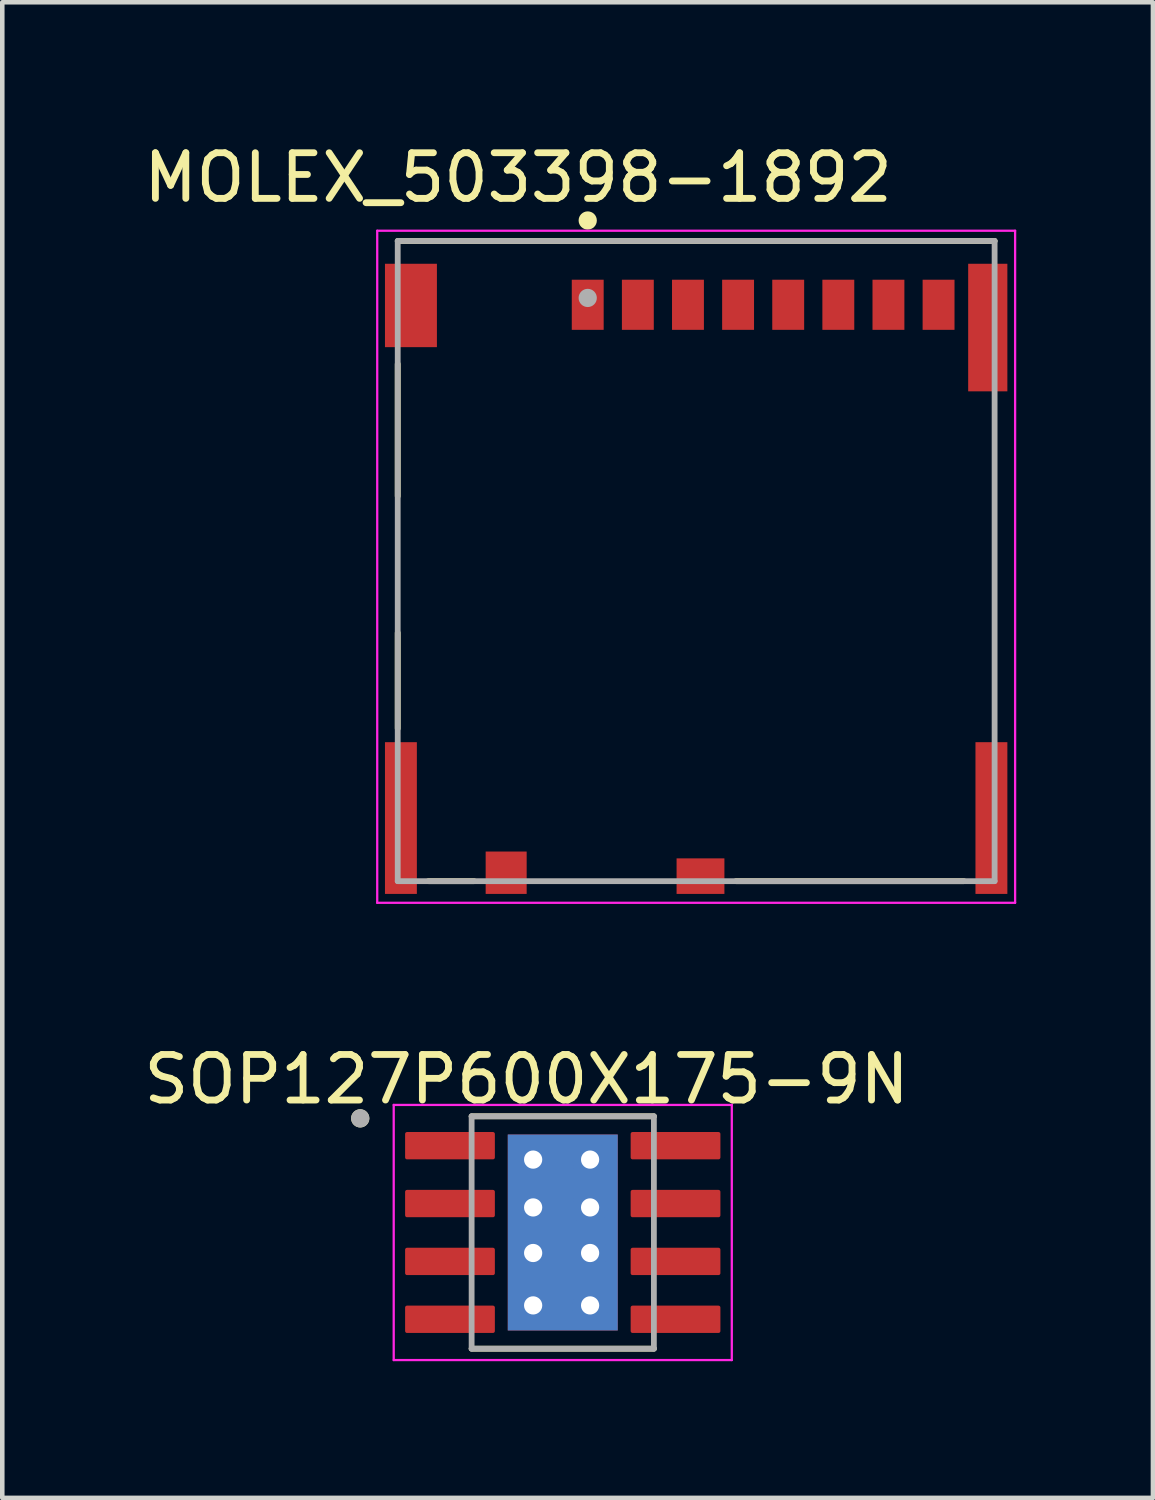
<source format=kicad_pcb>
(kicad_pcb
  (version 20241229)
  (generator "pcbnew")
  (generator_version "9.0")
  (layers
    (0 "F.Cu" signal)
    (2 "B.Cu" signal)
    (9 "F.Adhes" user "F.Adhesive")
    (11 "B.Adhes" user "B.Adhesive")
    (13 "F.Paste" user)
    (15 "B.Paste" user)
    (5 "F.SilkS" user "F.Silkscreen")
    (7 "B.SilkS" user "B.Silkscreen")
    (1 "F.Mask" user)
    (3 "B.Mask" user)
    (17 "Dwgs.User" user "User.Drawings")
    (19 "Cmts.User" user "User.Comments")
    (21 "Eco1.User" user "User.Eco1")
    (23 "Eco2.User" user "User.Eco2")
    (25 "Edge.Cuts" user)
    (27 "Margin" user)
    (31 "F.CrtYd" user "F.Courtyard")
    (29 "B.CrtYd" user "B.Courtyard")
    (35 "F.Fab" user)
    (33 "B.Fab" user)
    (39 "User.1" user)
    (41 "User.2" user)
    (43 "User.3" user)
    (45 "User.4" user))
  (footprint "MOLEX_503398-1892"
    (layer "F.Cu")
    (at 12.229 9.264)
    (property "Reference" "MOLEX_503398-1892" (at -3.908 -8.416 0) (layer "F.SilkS") (effects (font (size 1.001 1.001) (thickness 0.15))))
    (attr smd)
    (fp_line (start -6.55 -7.025) (end 6.55 -7.025) (stroke (width 0.127) (type solid)) (layer "F.SilkS"))
    (fp_line (start -6.55 -4.325) (end -6.55 -1.425) (stroke (width 0.127) (type solid)) (layer "F.SilkS"))
    (fp_line (start -6.55 1.575) (end -6.55 3.675) (stroke (width 0.127) (type solid)) (layer "F.SilkS"))
    (fp_line (start -5.876 7.025) (end -4.874 7.025) (stroke (width 0.127) (type solid)) (layer "F.SilkS"))
    (fp_line (start 0.874 7.025) (end 5.876 7.025) (stroke (width 0.127) (type solid)) (layer "F.SilkS"))
    (fp_circle (center -2.38 -7.475) (end -2.28 -7.475) (stroke (width 0.2) (type solid)) (fill no) (layer "F.SilkS"))
    (fp_line (start -7 -7.25) (end 7 -7.25) (stroke (width 0.05) (type solid)) (layer "F.CrtYd"))
    (fp_line (start -7 7.5) (end -7 -7.25) (stroke (width 0.05) (type solid)) (layer "F.CrtYd"))
    (fp_line (start 7 -7.25) (end 7 7.5) (stroke (width 0.05) (type solid)) (layer "F.CrtYd"))
    (fp_line (start 7 7.5) (end -7 7.5) (stroke (width 0.05) (type solid)) (layer "F.CrtYd"))
    (fp_line (start -6.55 -7.025) (end 6.55 -7.025) (stroke (width 0.127) (type solid)) (layer "F.Fab"))
    (fp_line (start -6.55 7.025) (end -6.55 -7.025) (stroke (width 0.127) (type solid)) (layer "F.Fab"))
    (fp_line (start 6.55 -7.025) (end 6.55 7.025) (stroke (width 0.127) (type solid)) (layer "F.Fab"))
    (fp_line (start 6.55 7.025) (end -6.55 7.025) (stroke (width 0.127) (type solid)) (layer "F.Fab"))
    (fp_circle (center -2.38 -5.775) (end -2.28 -5.775) (stroke (width 0.2) (type solid)) (fill no) (layer "F.Fab"))
    (pad "1" smd rect (at -2.38 -5.625) (size 0.7 1.1) (layers "F.Cu" "F.Mask" "F.Paste"))
    (pad "2" smd rect (at -1.28 -5.625) (size 0.7 1.1) (layers "F.Cu" "F.Mask" "F.Paste"))
    (pad "3" smd rect (at -0.18 -5.625) (size 0.7 1.1) (layers "F.Cu" "F.Mask" "F.Paste"))
    (pad "4" smd rect (at 0.92 -5.625) (size 0.7 1.1) (layers "F.Cu" "F.Mask" "F.Paste"))
    (pad "5" smd rect (at 2.02 -5.625) (size 0.7 1.1) (layers "F.Cu" "F.Mask" "F.Paste"))
    (pad "6" smd rect (at 3.12 -5.625) (size 0.7 1.1) (layers "F.Cu" "F.Mask" "F.Paste"))
    (pad "7" smd rect (at 4.22 -5.625) (size 0.7 1.1) (layers "F.Cu" "F.Mask" "F.Paste"))
    (pad "8" smd rect (at 5.32 -5.625) (size 0.7 1.1) (layers "F.Cu" "F.Mask" "F.Paste"))
    (pad "9" smd rect (at -6.48 5.64) (size 0.7 3.33) (layers "F.Cu" "F.Mask" "F.Paste"))
    (pad "9" smd rect (at -6.26 -5.61) (size 1.14 1.83) (layers "F.Cu" "F.Mask" "F.Paste"))
    (pad "9" smd rect (at -4.17 6.84) (size 0.9 0.93) (layers "F.Cu" "F.Mask" "F.Paste"))
    (pad "9" smd rect (at 6.4 -5.125) (size 0.86 2.8) (layers "F.Cu" "F.Mask" "F.Paste"))
    (pad "9" smd rect (at 6.48 5.64) (size 0.7 3.33) (layers "F.Cu" "F.Mask" "F.Paste"))
    (pad "10" smd rect (at 0.095 6.915) (size 1.05 0.78) (layers "F.Cu" "F.Mask" "F.Paste"))
    (zone (net_name "") (layer "F.Cu") (hatch full 0.508) (connect_pads) (min_thickness 0.01) (filled_areas_thickness no) (keepout (tracks not_allowed) (vias not_allowed) (pads not_allowed) (copperpour not_allowed) (footprints allowed)) (placement (enabled no)) (fill) (polygon (pts (xy 5.392 8.139) (xy 6.099 8.139) (xy 6.099 10.541) (xy 5.392 10.541))))
    (zone (net_name "") (layer "F.Cu") (hatch full 0.508) (connect_pads) (min_thickness 0.01) (filled_areas_thickness no) (keepout (tracks not_allowed) (vias not_allowed) (pads not_allowed) (copperpour not_allowed) (footprints allowed)) (placement (enabled no)) (fill) (polygon (pts (xy 6.983 13.839) (xy 7.544 13.839) (xy 7.544 16.003) (xy 6.983 16.003))))
    (zone (net_name "") (layer "F.Cu") (hatch full 0.508) (connect_pads) (min_thickness 0.01) (filled_areas_thickness no) (keepout (tracks not_allowed) (vias not_allowed) (pads not_allowed) (copperpour not_allowed) (footprints allowed)) (placement (enabled no)) (fill) (polygon (pts (xy 9.006 15.639) (xy 9.559 15.639) (xy 9.559 16.195) (xy 9.006 16.195))))
    (zone (net_name "") (layer "F.Cu") (hatch full 0.508) (connect_pads) (min_thickness 0.0001) (filled_areas_thickness no) (keepout (tracks not_allowed) (vias not_allowed) (pads not_allowed) (copperpour not_allowed) (footprints allowed)) (placement (enabled no)) (fill) (polygon (pts (xy 9.059 5.539) (xy 9.059 10.539) (xy 8.409 10.539) (xy 8.409 13.139) (xy 12.799 13.139) (xy 12.799 14.389) (xy 10.499 14.389) (xy 10.499 16.569) (xy 11.799 16.569) (xy 11.799 15.789) (xy 18.359 15.789) (xy 18.359 13.239) (xy 19.059 13.239) (xy 19.059 5.539))))
    (zone (net_name "") (layers "F.Cu" "B.Cu") (hatch full 0.508) (connect_pads) (min_thickness 0.01) (filled_areas_thickness no) (keepout (tracks allowed) (vias not_allowed) (pads allowed) (copperpour allowed) (footprints allowed)) (placement (enabled no)) (fill) (polygon (pts (xy 5.387 8.139) (xy 6.099 8.139) (xy 6.099 10.542) (xy 5.387 10.542))))
    (zone (net_name "") (layers "F.Cu" "B.Cu") (hatch full 0.508) (connect_pads) (min_thickness 0.01) (filled_areas_thickness no) (keepout (tracks allowed) (vias not_allowed) (pads allowed) (copperpour allowed) (footprints allowed)) (placement (enabled no)) (fill) (polygon (pts (xy 6.99 13.839) (xy 7.544 13.839) (xy 7.544 15.994) (xy 6.99 15.994))))
    (zone (net_name "") (layers "F.Cu" "B.Cu") (hatch full 0.508) (connect_pads) (min_thickness 0.01) (filled_areas_thickness no) (keepout (tracks allowed) (vias not_allowed) (pads allowed) (copperpour allowed) (footprints allowed)) (placement (enabled no)) (fill) (polygon (pts (xy 9.003 15.639) (xy 9.559 15.639) (xy 9.559 16.201) (xy 9.003 16.201))))
    (zone (net_name "") (layers "F.Cu" "B.Cu") (hatch full 0.508) (connect_pads) (min_thickness 0.0001) (filled_areas_thickness no) (keepout (tracks allowed) (vias not_allowed) (pads allowed) (copperpour allowed) (footprints allowed)) (placement (enabled no)) (fill) (polygon (pts (xy 9.059 5.539) (xy 9.059 10.539) (xy 8.409 10.539) (xy 8.409 13.139) (xy 12.799 13.139) (xy 12.799 14.389) (xy 10.499 14.389) (xy 10.499 16.569) (xy 11.799 16.569) (xy 11.799 15.789) (xy 18.359 15.789) (xy 18.359 13.239) (xy 19.059 13.239) (xy 19.059 5.539)))))
  (footprint "SOP127P600X175-9N"
    (layer "F.Cu")
    (at 9.301 24)
    (property "Reference" "SOP127P600X175-9N" (at -0.795 -3.362 0) (layer "F.SilkS") (effects (font (size 1 1) (thickness 0.15))))
    (attr smd)
    (fp_line (start -2 -2.55) (end 2 -2.55) (stroke (width 0.127) (type solid)) (layer "F.SilkS"))
    (fp_line (start -2 2.55) (end 2 2.55) (stroke (width 0.127) (type solid)) (layer "F.SilkS"))
    (fp_circle (center -4.445 -2.505) (end -4.345 -2.505) (stroke (width 0.2) (type solid)) (fill no) (layer "F.SilkS"))
    (fp_poly (pts (xy -0.645 -0.82) (xy 0.645 -0.82) (xy 0.645 0.82) (xy -0.645 0.82)) (stroke (width 0.01) (type solid)) (fill yes) (layer "F.Paste"))
    (fp_line (start -3.71 -2.8) (end -3.71 2.8) (stroke (width 0.05) (type solid)) (layer "F.CrtYd"))
    (fp_line (start -3.71 -2.8) (end 3.71 -2.8) (stroke (width 0.05) (type solid)) (layer "F.CrtYd"))
    (fp_line (start -3.71 2.8) (end 3.71 2.8) (stroke (width 0.05) (type solid)) (layer "F.CrtYd"))
    (fp_line (start 3.71 -2.8) (end 3.71 2.8) (stroke (width 0.05) (type solid)) (layer "F.CrtYd"))
    (fp_line (start -2 -2.55) (end -2 2.55) (stroke (width 0.127) (type solid)) (layer "F.Fab"))
    (fp_line (start -2 -2.55) (end 2 -2.55) (stroke (width 0.127) (type solid)) (layer "F.Fab"))
    (fp_line (start -2 2.55) (end 2 2.55) (stroke (width 0.127) (type solid)) (layer "F.Fab"))
    (fp_line (start 2 -2.55) (end 2 2.55) (stroke (width 0.127) (type solid)) (layer "F.Fab"))
    (fp_circle (center -4.445 -2.505) (end -4.345 -2.505) (stroke (width 0.2) (type solid)) (fill no) (layer "F.Fab"))
    (pad "1" smd roundrect (at -2.475 -1.905) (size 1.97 0.6) (layers "F.Cu" "F.Mask" "F.Paste") (roundrect_rratio 0.07))
    (pad "2" smd roundrect (at -2.475 -0.635) (size 1.97 0.6) (layers "F.Cu" "F.Mask" "F.Paste") (roundrect_rratio 0.07))
    (pad "3" smd roundrect (at -2.475 0.635) (size 1.97 0.6) (layers "F.Cu" "F.Mask" "F.Paste") (roundrect_rratio 0.07))
    (pad "4" smd roundrect (at -2.475 1.905) (size 1.97 0.6) (layers "F.Cu" "F.Mask" "F.Paste") (roundrect_rratio 0.07))
    (pad "5" smd roundrect (at 2.475 1.905) (size 1.97 0.6) (layers "F.Cu" "F.Mask" "F.Paste") (roundrect_rratio 0.07))
    (pad "6" smd roundrect (at 2.475 0.635) (size 1.97 0.6) (layers "F.Cu" "F.Mask" "F.Paste") (roundrect_rratio 0.07))
    (pad "7" smd roundrect (at 2.475 -0.635) (size 1.97 0.6) (layers "F.Cu" "F.Mask" "F.Paste") (roundrect_rratio 0.07))
    (pad "8" smd roundrect (at 2.475 -1.905) (size 1.97 0.6) (layers "F.Cu" "F.Mask" "F.Paste") (roundrect_rratio 0.07))
    (pad "9" thru_hole circle (at -0.65 -1.6) (size 0.8 0.8) (drill 0.4) (layers "*.Cu" "*.Mask"))
    (pad "9" thru_hole circle (at -0.65 -0.55) (size 0.8 0.8) (drill 0.4) (layers "*.Cu" "*.Mask"))
    (pad "9" thru_hole circle (at -0.65 0.45) (size 0.8 0.8) (drill 0.4) (layers "*.Cu" "*.Mask"))
    (pad "9" thru_hole circle (at -0.65 1.6) (size 0.8 0.8) (drill 0.4) (layers "*.Cu" "*.Mask"))
    (pad "9" smd rect (at 0 0) (size 2.413 4.3) (layers "F.Cu" "F.Mask"))
    (pad "9" smd rect (at 0 0) (size 2.413 4.3) (layers "B.Cu" "B.Mask"))
    (pad "9" thru_hole circle (at 0.6 -1.6) (size 0.8 0.8) (drill 0.4) (layers "*.Cu" "*.Mask"))
    (pad "9" thru_hole circle (at 0.6 -0.55) (size 0.8 0.8) (drill 0.4) (layers "*.Cu" "*.Mask"))
    (pad "9" thru_hole circle (at 0.6 0.45) (size 0.8 0.8) (drill 0.4) (layers "*.Cu" "*.Mask"))
    (pad "9" thru_hole circle (at 0.6 1.6) (size 0.8 0.8) (drill 0.4) (layers "*.Cu" "*.Mask")))
  (gr_rect
    (start -3 -3)
    (end 22.254 29.825)
    (stroke (width 0.1) (type default))
    (fill no)
    (layer "Edge.Cuts")))
</source>
